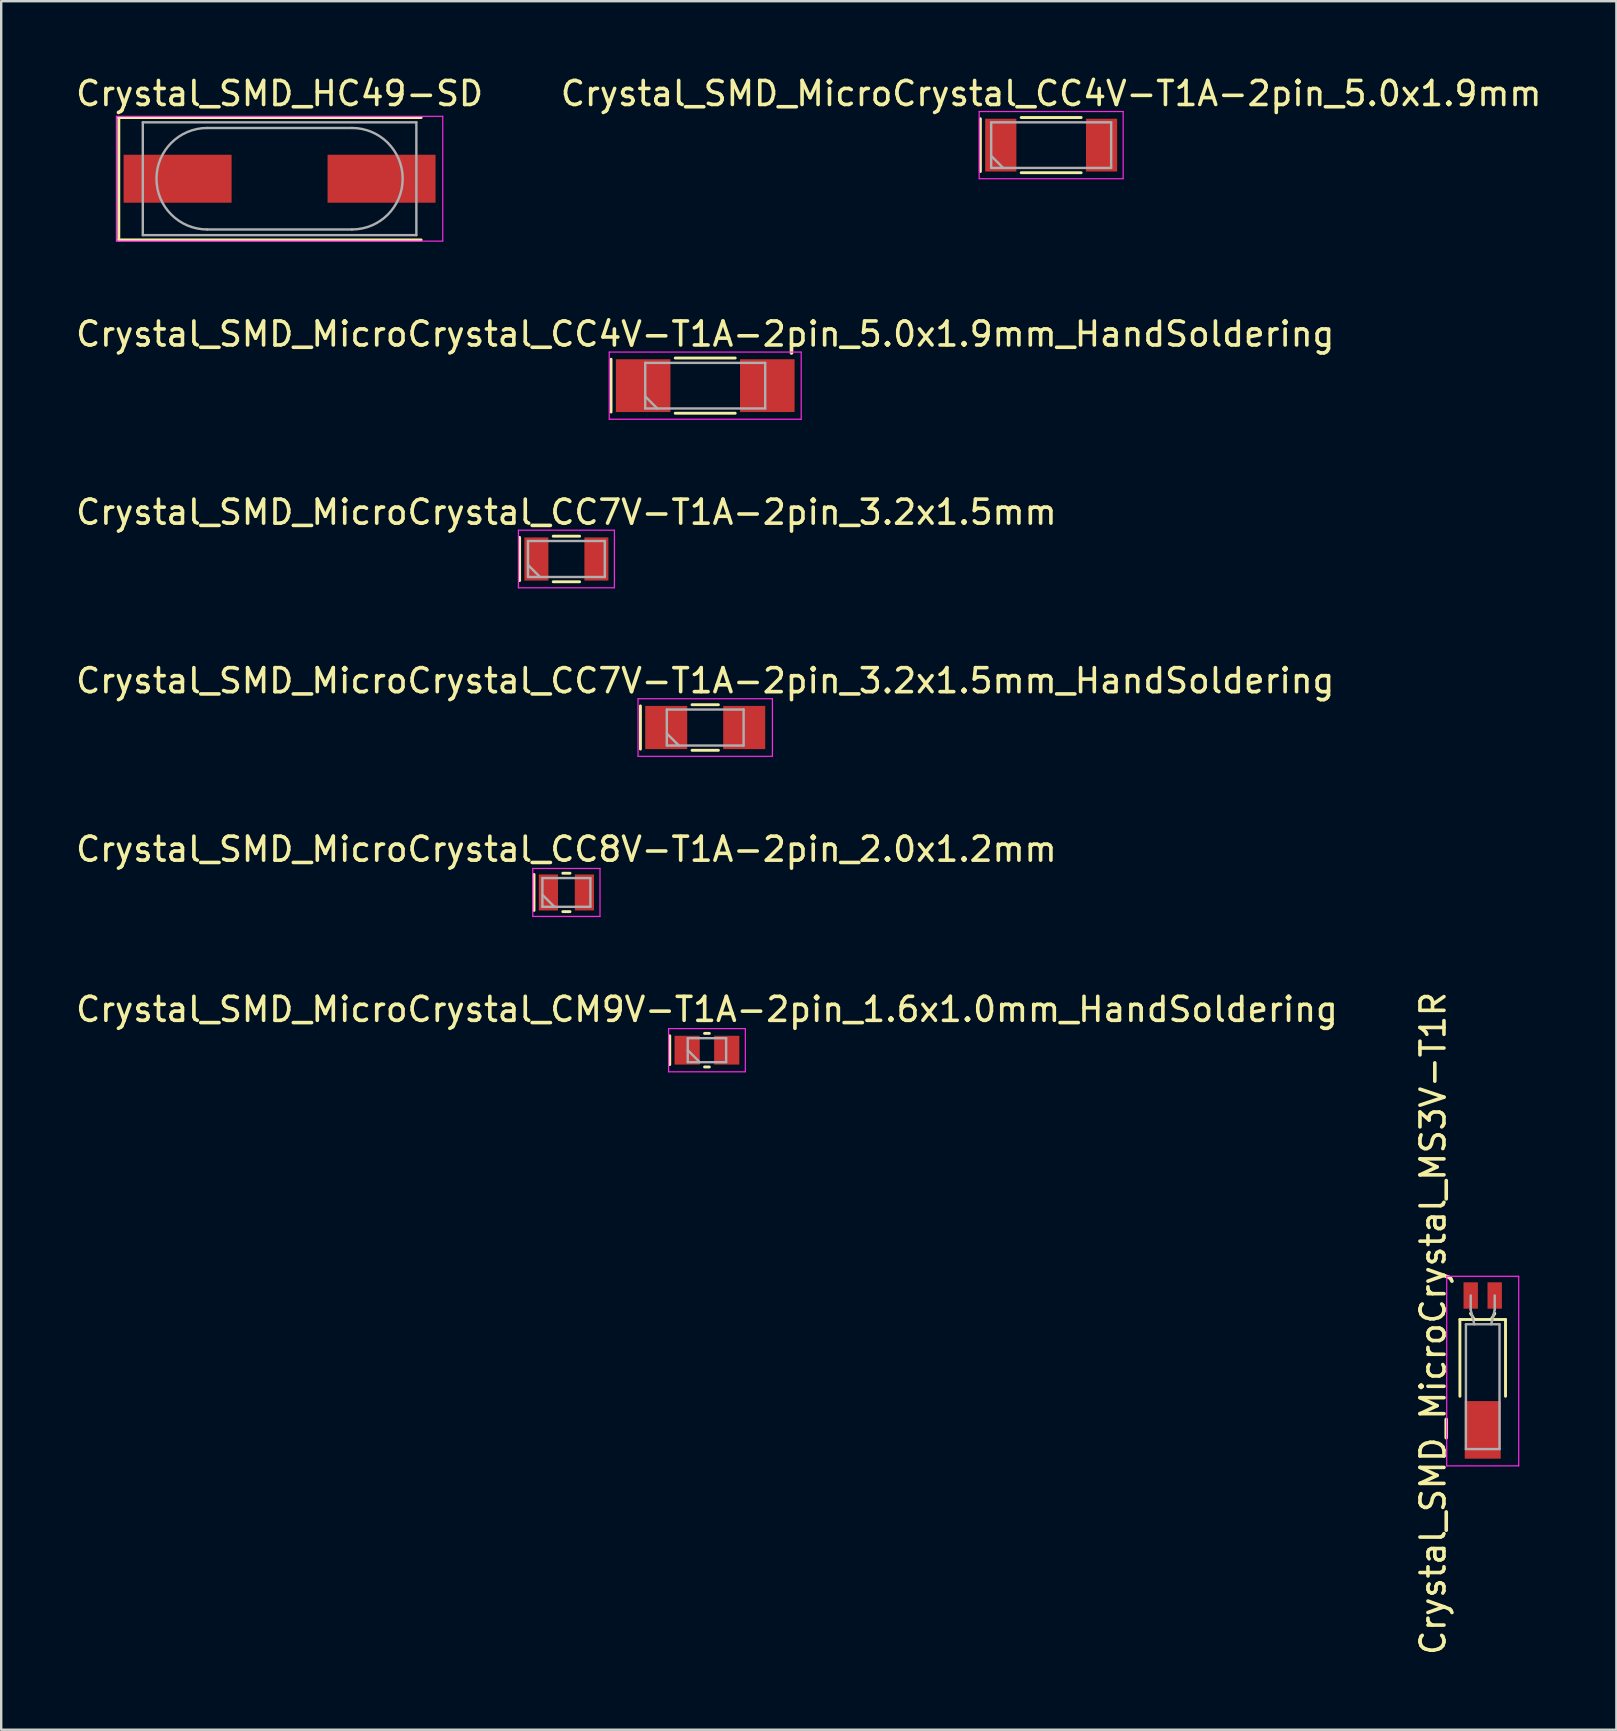
<source format=kicad_pcb>
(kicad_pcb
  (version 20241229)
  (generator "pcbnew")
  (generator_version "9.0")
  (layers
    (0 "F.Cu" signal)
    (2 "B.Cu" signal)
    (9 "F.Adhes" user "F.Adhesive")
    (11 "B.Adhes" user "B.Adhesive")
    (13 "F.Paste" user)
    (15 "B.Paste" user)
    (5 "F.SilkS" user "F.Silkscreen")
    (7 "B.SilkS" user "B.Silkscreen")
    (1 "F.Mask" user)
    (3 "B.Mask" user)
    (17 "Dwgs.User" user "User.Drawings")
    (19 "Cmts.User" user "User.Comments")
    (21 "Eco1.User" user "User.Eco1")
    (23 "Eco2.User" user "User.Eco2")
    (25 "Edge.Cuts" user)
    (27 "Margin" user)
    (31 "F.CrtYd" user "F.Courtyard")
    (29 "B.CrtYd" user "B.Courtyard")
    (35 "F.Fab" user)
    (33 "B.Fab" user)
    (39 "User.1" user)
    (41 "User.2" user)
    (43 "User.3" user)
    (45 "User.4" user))
  (footprint "Crystal_SMD_MicroCrystal_CC4V-T1A-2pin_5.0x1.9mm_HandSoldering"
    (layer "F.Cu")
    (at 26.339 13.021)
    (property "Reference" "Crystal_SMD_MicroCrystal_CC4V-T1A-2pin_5.0x1.9mm_HandSoldering" (at 0 -2.15 0) (layer "F.SilkS") (effects (font (size 1 1) (thickness 0.15))))
    (attr smd)
    (fp_line (start -3.925 -1.1) (end -3.925 1.1) (stroke (width 0.12) (type solid)) (layer "F.SilkS"))
    (fp_line (start -1.25 -1.15) (end 1.25 -1.15) (stroke (width 0.12) (type solid)) (layer "F.SilkS"))
    (fp_line (start -1.25 1.15) (end 1.25 1.15) (stroke (width 0.12) (type solid)) (layer "F.SilkS"))
    (fp_line (start -4 -1.4) (end -4 1.4) (stroke (width 0.05) (type solid)) (layer "F.CrtYd"))
    (fp_line (start -4 1.4) (end 4 1.4) (stroke (width 0.05) (type solid)) (layer "F.CrtYd"))
    (fp_line (start 4 -1.4) (end -4 -1.4) (stroke (width 0.05) (type solid)) (layer "F.CrtYd"))
    (fp_line (start 4 1.4) (end 4 -1.4) (stroke (width 0.05) (type solid)) (layer "F.CrtYd"))
    (fp_line (start -2.5 -0.95) (end -2.5 0.95) (stroke (width 0.1) (type solid)) (layer "F.Fab"))
    (fp_line (start -2.5 0.45) (end -2 0.95) (stroke (width 0.1) (type solid)) (layer "F.Fab"))
    (fp_line (start -2.5 0.95) (end 2.5 0.95) (stroke (width 0.1) (type solid)) (layer "F.Fab"))
    (fp_line (start 2.5 -0.95) (end -2.5 -0.95) (stroke (width 0.1) (type solid)) (layer "F.Fab"))
    (fp_line (start 2.5 0.95) (end 2.5 -0.95) (stroke (width 0.1) (type solid)) (layer "F.Fab"))
    (pad "1" smd rect (at -2.587 0) (size 2.275 2.2) (layers "F.Cu" "F.Mask"))
    (pad "2" smd rect (at 2.587 0) (size 2.275 2.2) (layers "F.Cu" "F.Mask")))
  (footprint "Crystal_SMD_MicroCrystal_CM9V-T1A-2pin_1.6x1.0mm_HandSoldering"
    (layer "F.Cu")
    (at 26.411 40.715)
    (property "Reference" "Crystal_SMD_MicroCrystal_CM9V-T1A-2pin_1.6x1.0mm_HandSoldering" (at 0 -1.7 0) (layer "F.SilkS") (effects (font (size 1 1) (thickness 0.15))))
    (attr smd)
    (fp_line (start -1.55 -0.6) (end -1.55 0.6) (stroke (width 0.12) (type solid)) (layer "F.SilkS"))
    (fp_line (start -0.1 -0.7) (end 0.1 -0.7) (stroke (width 0.12) (type solid)) (layer "F.SilkS"))
    (fp_line (start -0.1 0.7) (end 0.1 0.7) (stroke (width 0.12) (type solid)) (layer "F.SilkS"))
    (fp_line (start -1.6 -0.9) (end -1.6 0.9) (stroke (width 0.05) (type solid)) (layer "F.CrtYd"))
    (fp_line (start -1.6 0.9) (end 1.6 0.9) (stroke (width 0.05) (type solid)) (layer "F.CrtYd"))
    (fp_line (start 1.6 -0.9) (end -1.6 -0.9) (stroke (width 0.05) (type solid)) (layer "F.CrtYd"))
    (fp_line (start 1.6 0.9) (end 1.6 -0.9) (stroke (width 0.05) (type solid)) (layer "F.CrtYd"))
    (fp_line (start -0.8 -0.5) (end -0.8 0.5) (stroke (width 0.1) (type solid)) (layer "F.Fab"))
    (fp_line (start -0.8 0) (end -0.3 0.5) (stroke (width 0.1) (type solid)) (layer "F.Fab"))
    (fp_line (start -0.8 0.5) (end 0.8 0.5) (stroke (width 0.1) (type solid)) (layer "F.Fab"))
    (fp_line (start 0.8 -0.5) (end -0.8 -0.5) (stroke (width 0.1) (type solid)) (layer "F.Fab"))
    (fp_line (start 0.8 0.5) (end 0.8 -0.5) (stroke (width 0.1) (type solid)) (layer "F.Fab"))
    (pad "1" smd rect (at -0.825 0) (size 1.05 1.2) (layers "F.Cu" "F.Mask"))
    (pad "2" smd rect (at 0.825 0) (size 1.05 1.2) (layers "F.Cu" "F.Mask")))
  (footprint "Crystal_SMD_MicroCrystal_MS3V-T1R"
    (layer "F.Cu")
    (at 58.74 53.738)
    (property "Reference" "Crystal_SMD_MicroCrystal_MS3V-T1R" (at -2.07 -1.637 90) (layer "F.SilkS") (effects (font (size 1 1) (thickness 0.15))))
    (attr smd)
    (fp_line (start -0.95 -1.8) (end 0.95 -1.8) (stroke (width 0.12) (type solid)) (layer "F.SilkS"))
    (fp_line (start -0.95 1.4) (end -0.95 -1.8) (stroke (width 0.12) (type solid)) (layer "F.SilkS"))
    (fp_line (start -0.5 -2.05) (end -0.5 -2.05) (stroke (width 0.12) (type solid)) (layer "F.SilkS"))
    (fp_line (start -0.35 -1.8) (end -0.5 -2.05) (stroke (width 0.12) (type solid)) (layer "F.SilkS"))
    (fp_line (start 0.35 -1.8) (end 0.5 -2.05) (stroke (width 0.12) (type solid)) (layer "F.SilkS"))
    (fp_line (start 0.5 -2.05) (end 0.5 -2.05) (stroke (width 0.12) (type solid)) (layer "F.SilkS"))
    (fp_line (start 0.95 -1.8) (end 0.95 1.4) (stroke (width 0.12) (type solid)) (layer "F.SilkS"))
    (fp_line (start -1.5 -3.6) (end -1.5 4.3) (stroke (width 0.05) (type solid)) (layer "F.CrtYd"))
    (fp_line (start -1.5 4.3) (end 1.5 4.3) (stroke (width 0.05) (type solid)) (layer "F.CrtYd"))
    (fp_line (start 1.5 -3.6) (end -1.5 -3.6) (stroke (width 0.05) (type solid)) (layer "F.CrtYd"))
    (fp_line (start 1.5 4.3) (end 1.5 -3.6) (stroke (width 0.05) (type solid)) (layer "F.CrtYd"))
    (fp_line (start -0.7 -1.6) (end -0.7 3.6) (stroke (width 0.1) (type solid)) (layer "F.Fab"))
    (fp_line (start -0.7 3.6) (end 0.7 3.6) (stroke (width 0.1) (type solid)) (layer "F.Fab"))
    (fp_line (start -0.5 -2.2) (end -0.5 -2.8) (stroke (width 0.1) (type solid)) (layer "F.Fab"))
    (fp_line (start -0.35 -1.6) (end -0.5 -2.2) (stroke (width 0.1) (type solid)) (layer "F.Fab"))
    (fp_line (start 0.35 -1.6) (end 0.5 -2.2) (stroke (width 0.1) (type solid)) (layer "F.Fab"))
    (fp_line (start 0.5 -2.2) (end 0.5 -2.8) (stroke (width 0.1) (type solid)) (layer "F.Fab"))
    (fp_line (start 0.7 -1.6) (end -0.7 -1.6) (stroke (width 0.1) (type solid)) (layer "F.Fab"))
    (fp_line (start 0.7 3.6) (end 0.7 -1.6) (stroke (width 0.1) (type solid)) (layer "F.Fab"))
    (pad "1" smd rect (at -0.5 -2.8) (size 0.6 1.1) (layers "F.Cu" "F.Mask"))
    (pad "2" smd rect (at 0.5 -2.8) (size 0.6 1.1) (layers "F.Cu" "F.Mask"))
    (pad "3" smd rect (at 0 2.8) (size 1.5 2.4) (layers "F.Cu" "F.Mask")))
  (footprint "Crystal_SMD_HC49-SD"
    (layer "F.Cu")
    (at 8.601 4.398)
    (property "Reference" "Crystal_SMD_HC49-SD" (at 0 -3.55 0) (layer "F.SilkS") (effects (font (size 1 1) (thickness 0.15))))
    (attr smd)
    (fp_line (start -6.7 -2.55) (end -6.7 2.55) (stroke (width 0.12) (type solid)) (layer "F.SilkS"))
    (fp_line (start -6.7 2.55) (end 5.9 2.55) (stroke (width 0.12) (type solid)) (layer "F.SilkS"))
    (fp_line (start 5.9 -2.55) (end -6.7 -2.55) (stroke (width 0.12) (type solid)) (layer "F.SilkS"))
    (fp_line (start -6.8 -2.6) (end -6.8 2.6) (stroke (width 0.05) (type solid)) (layer "F.CrtYd"))
    (fp_line (start -6.8 2.6) (end 6.8 2.6) (stroke (width 0.05) (type solid)) (layer "F.CrtYd"))
    (fp_line (start 6.8 -2.6) (end -6.8 -2.6) (stroke (width 0.05) (type solid)) (layer "F.CrtYd"))
    (fp_line (start 6.8 2.6) (end 6.8 -2.6) (stroke (width 0.05) (type solid)) (layer "F.CrtYd"))
    (fp_line (start -5.7 -2.35) (end -5.7 2.35) (stroke (width 0.1) (type solid)) (layer "F.Fab"))
    (fp_line (start -5.7 2.35) (end 5.7 2.35) (stroke (width 0.1) (type solid)) (layer "F.Fab"))
    (fp_line (start -3.015 -2.115) (end 3.015 -2.115) (stroke (width 0.1) (type solid)) (layer "F.Fab"))
    (fp_line (start -3.015 2.115) (end 3.015 2.115) (stroke (width 0.1) (type solid)) (layer "F.Fab"))
    (fp_line (start 5.7 -2.35) (end -5.7 -2.35) (stroke (width 0.1) (type solid)) (layer "F.Fab"))
    (fp_line (start 5.7 2.35) (end 5.7 -2.35) (stroke (width 0.1) (type solid)) (layer "F.Fab"))
    (fp_arc (start -3.015 2.115) (mid -5.13 0) (end -3.015 -2.115) (stroke (width 0.1) (type solid)) (layer "F.Fab"))
    (fp_arc (start 3.015 -2.115) (mid 5.13 0) (end 3.015 2.115) (stroke (width 0.1) (type solid)) (layer "F.Fab"))
    (pad "1" smd rect (at -4.25 0) (size 4.5 2) (layers "F.Cu" "F.Mask"))
    (pad "2" smd rect (at 4.25 0) (size 4.5 2) (layers "F.Cu" "F.Mask")))
  (footprint "Crystal_SMD_MicroCrystal_CC8V-T1A-2pin_2.0x1.2mm"
    (layer "F.Cu")
    (at 20.554 34.141)
    (property "Reference" "Crystal_SMD_MicroCrystal_CC8V-T1A-2pin_2.0x1.2mm" (at 0 -1.8 0) (layer "F.SilkS") (effects (font (size 1 1) (thickness 0.15))))
    (attr smd)
    (fp_line (start -1.35 -0.75) (end -1.35 0.75) (stroke (width 0.12) (type solid)) (layer "F.SilkS"))
    (fp_line (start -0.15 -0.8) (end 0.15 -0.8) (stroke (width 0.12) (type solid)) (layer "F.SilkS"))
    (fp_line (start -0.15 0.8) (end 0.15 0.8) (stroke (width 0.12) (type solid)) (layer "F.SilkS"))
    (fp_line (start -1.4 -1) (end -1.4 1) (stroke (width 0.05) (type solid)) (layer "F.CrtYd"))
    (fp_line (start -1.4 1) (end 1.4 1) (stroke (width 0.05) (type solid)) (layer "F.CrtYd"))
    (fp_line (start 1.4 -1) (end -1.4 -1) (stroke (width 0.05) (type solid)) (layer "F.CrtYd"))
    (fp_line (start 1.4 1) (end 1.4 -1) (stroke (width 0.05) (type solid)) (layer "F.CrtYd"))
    (fp_line (start -1 -0.6) (end -1 0.6) (stroke (width 0.1) (type solid)) (layer "F.Fab"))
    (fp_line (start -1 0.1) (end -0.5 0.6) (stroke (width 0.1) (type solid)) (layer "F.Fab"))
    (fp_line (start -1 0.6) (end 1 0.6) (stroke (width 0.1) (type solid)) (layer "F.Fab"))
    (fp_line (start 1 -0.6) (end -1 -0.6) (stroke (width 0.1) (type solid)) (layer "F.Fab"))
    (fp_line (start 1 0.6) (end 1 -0.6) (stroke (width 0.1) (type solid)) (layer "F.Fab"))
    (pad "1" smd rect (at -0.75 0) (size 0.8 1.5) (layers "F.Cu" "F.Mask"))
    (pad "2" smd rect (at 0.75 0) (size 0.8 1.5) (layers "F.Cu" "F.Mask")))
  (footprint "Crystal_SMD_MicroCrystal_CC7V-T1A-2pin_3.2x1.5mm"
    (layer "F.Cu")
    (at 20.554 20.245)
    (property "Reference" "Crystal_SMD_MicroCrystal_CC7V-T1A-2pin_3.2x1.5mm" (at 0 -1.95 0) (layer "F.SilkS") (effects (font (size 1 1) (thickness 0.15))))
    (attr smd)
    (fp_line (start -1.95 -0.9) (end -1.95 0.9) (stroke (width 0.12) (type solid)) (layer "F.SilkS"))
    (fp_line (start -0.55 -0.95) (end 0.55 -0.95) (stroke (width 0.12) (type solid)) (layer "F.SilkS"))
    (fp_line (start -0.55 0.95) (end 0.55 0.95) (stroke (width 0.12) (type solid)) (layer "F.SilkS"))
    (fp_line (start -2 -1.2) (end -2 1.2) (stroke (width 0.05) (type solid)) (layer "F.CrtYd"))
    (fp_line (start -2 1.2) (end 2 1.2) (stroke (width 0.05) (type solid)) (layer "F.CrtYd"))
    (fp_line (start 2 -1.2) (end -2 -1.2) (stroke (width 0.05) (type solid)) (layer "F.CrtYd"))
    (fp_line (start 2 1.2) (end 2 -1.2) (stroke (width 0.05) (type solid)) (layer "F.CrtYd"))
    (fp_line (start -1.6 -0.75) (end -1.6 0.75) (stroke (width 0.1) (type solid)) (layer "F.Fab"))
    (fp_line (start -1.6 0.25) (end -1.1 0.75) (stroke (width 0.1) (type solid)) (layer "F.Fab"))
    (fp_line (start -1.6 0.75) (end 1.6 0.75) (stroke (width 0.1) (type solid)) (layer "F.Fab"))
    (fp_line (start 1.6 -0.75) (end -1.6 -0.75) (stroke (width 0.1) (type solid)) (layer "F.Fab"))
    (fp_line (start 1.6 0.75) (end 1.6 -0.75) (stroke (width 0.1) (type solid)) (layer "F.Fab"))
    (pad "1" smd rect (at -1.25 0) (size 1 1.8) (layers "F.Cu" "F.Mask"))
    (pad "2" smd rect (at 1.25 0) (size 1 1.8) (layers "F.Cu" "F.Mask")))
  (footprint "Crystal_SMD_MicroCrystal_CC7V-T1A-2pin_3.2x1.5mm_HandSoldering"
    (layer "F.Cu")
    (at 26.339 27.268)
    (property "Reference" "Crystal_SMD_MicroCrystal_CC7V-T1A-2pin_3.2x1.5mm_HandSoldering" (at 0 -1.95 0) (layer "F.SilkS") (effects (font (size 1 1) (thickness 0.15))))
    (attr smd)
    (fp_line (start -2.7 -0.9) (end -2.7 0.9) (stroke (width 0.12) (type solid)) (layer "F.SilkS"))
    (fp_line (start -0.55 -0.95) (end 0.55 -0.95) (stroke (width 0.12) (type solid)) (layer "F.SilkS"))
    (fp_line (start -0.55 0.95) (end 0.55 0.95) (stroke (width 0.12) (type solid)) (layer "F.SilkS"))
    (fp_line (start -2.8 -1.2) (end -2.8 1.2) (stroke (width 0.05) (type solid)) (layer "F.CrtYd"))
    (fp_line (start -2.8 1.2) (end 2.8 1.2) (stroke (width 0.05) (type solid)) (layer "F.CrtYd"))
    (fp_line (start 2.8 -1.2) (end -2.8 -1.2) (stroke (width 0.05) (type solid)) (layer "F.CrtYd"))
    (fp_line (start 2.8 1.2) (end 2.8 -1.2) (stroke (width 0.05) (type solid)) (layer "F.CrtYd"))
    (fp_line (start -1.6 -0.75) (end -1.6 0.75) (stroke (width 0.1) (type solid)) (layer "F.Fab"))
    (fp_line (start -1.6 0.25) (end -1.1 0.75) (stroke (width 0.1) (type solid)) (layer "F.Fab"))
    (fp_line (start -1.6 0.75) (end 1.6 0.75) (stroke (width 0.1) (type solid)) (layer "F.Fab"))
    (fp_line (start 1.6 -0.75) (end -1.6 -0.75) (stroke (width 0.1) (type solid)) (layer "F.Fab"))
    (fp_line (start 1.6 0.75) (end 1.6 -0.75) (stroke (width 0.1) (type solid)) (layer "F.Fab"))
    (pad "1" smd rect (at -1.625 0) (size 1.75 1.8) (layers "F.Cu" "F.Mask"))
    (pad "2" smd rect (at 1.625 0) (size 1.75 1.8) (layers "F.Cu" "F.Mask")))
  (footprint "Crystal_SMD_MicroCrystal_CC4V-T1A-2pin_5.0x1.9mm"
    (layer "F.Cu")
    (at 40.756 2.998)
    (property "Reference" "Crystal_SMD_MicroCrystal_CC4V-T1A-2pin_5.0x1.9mm" (at 0 -2.15 0) (layer "F.SilkS") (effects (font (size 1 1) (thickness 0.15))))
    (attr smd)
    (fp_line (start -2.95 -1.1) (end -2.95 1.1) (stroke (width 0.12) (type solid)) (layer "F.SilkS"))
    (fp_line (start -1.25 -1.15) (end 1.25 -1.15) (stroke (width 0.12) (type solid)) (layer "F.SilkS"))
    (fp_line (start -1.25 1.15) (end 1.25 1.15) (stroke (width 0.12) (type solid)) (layer "F.SilkS"))
    (fp_line (start -3 -1.4) (end -3 1.4) (stroke (width 0.05) (type solid)) (layer "F.CrtYd"))
    (fp_line (start -3 1.4) (end 3 1.4) (stroke (width 0.05) (type solid)) (layer "F.CrtYd"))
    (fp_line (start 3 -1.4) (end -3 -1.4) (stroke (width 0.05) (type solid)) (layer "F.CrtYd"))
    (fp_line (start 3 1.4) (end 3 -1.4) (stroke (width 0.05) (type solid)) (layer "F.CrtYd"))
    (fp_line (start -2.5 -0.95) (end -2.5 0.95) (stroke (width 0.1) (type solid)) (layer "F.Fab"))
    (fp_line (start -2.5 0.45) (end -2 0.95) (stroke (width 0.1) (type solid)) (layer "F.Fab"))
    (fp_line (start -2.5 0.95) (end 2.5 0.95) (stroke (width 0.1) (type solid)) (layer "F.Fab"))
    (fp_line (start 2.5 -0.95) (end -2.5 -0.95) (stroke (width 0.1) (type solid)) (layer "F.Fab"))
    (fp_line (start 2.5 0.95) (end 2.5 -0.95) (stroke (width 0.1) (type solid)) (layer "F.Fab"))
    (pad "1" smd rect (at -2.1 0) (size 1.3 2.2) (layers "F.Cu" "F.Mask"))
    (pad "2" smd rect (at 2.1 0) (size 1.3 2.2) (layers "F.Cu" "F.Mask")))
  (gr_rect
    (start -3 -3)
    (end 64.31 69.035)
    (stroke (width 0.1) (type default))
    (fill no)
    (layer "Edge.Cuts")))
</source>
